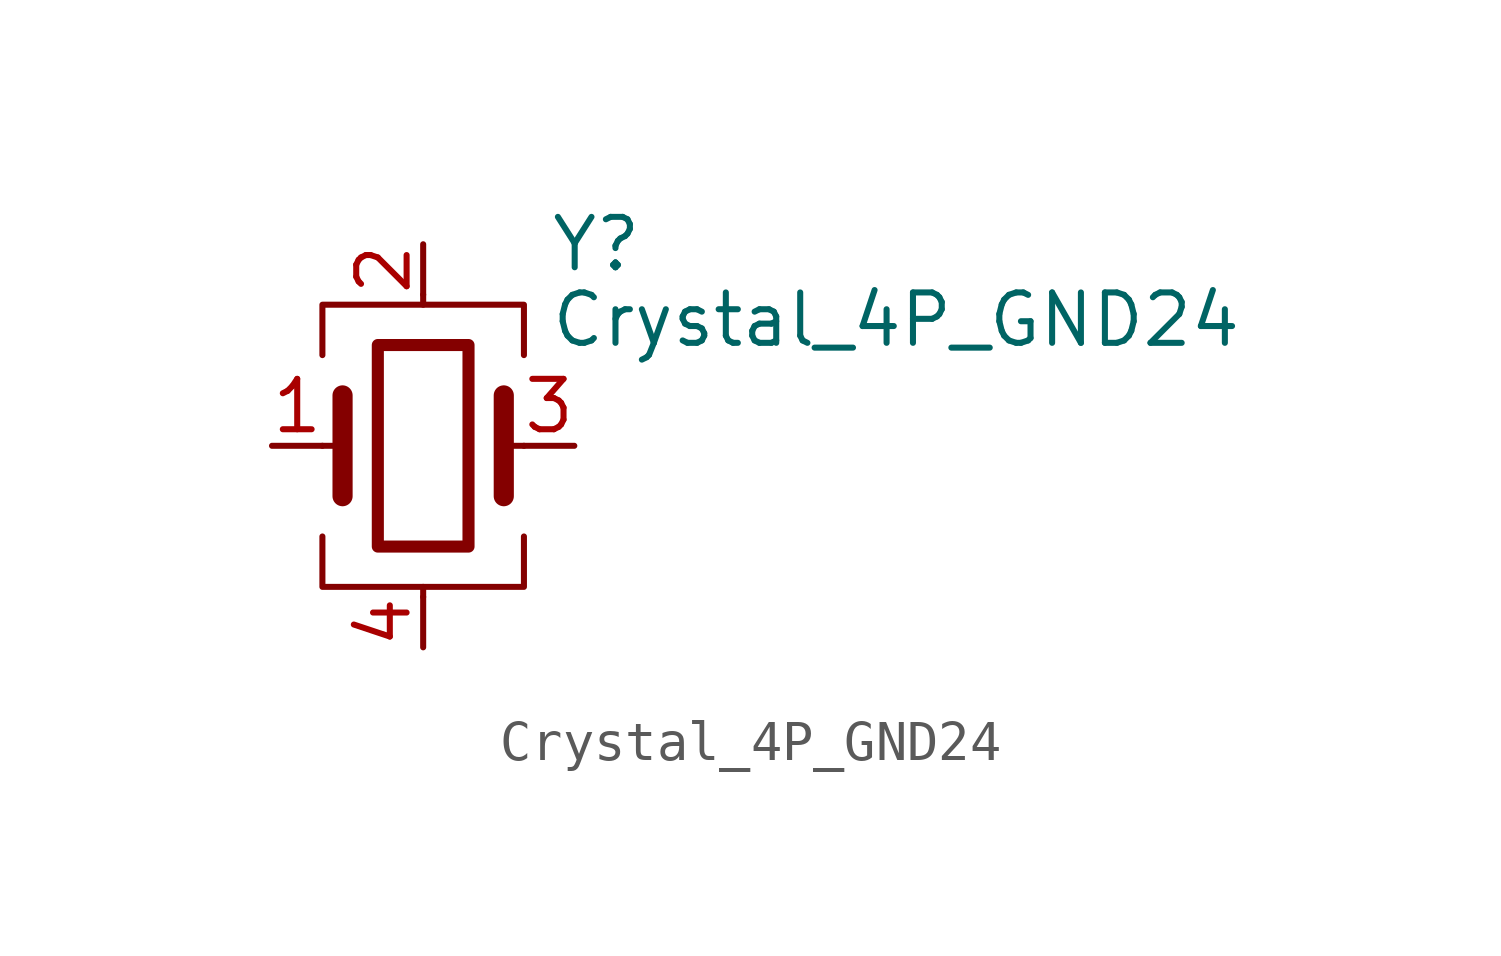
<source format=kicad_sym>
(kicad_symbol_lib
  (version 20241209)
  (generator "kicad_symbol_editor")
  (generator_version "9.0")
  (symbol "Crystal_4P_GND24"
    (pin_names
      (offset 1.016)
      (hide yes))
    (property "Reference" "Y"
      (at 3.175 5.08 0)
      (effects (font (size 1.27 1.27)) (justify left)))
    (property "Value" "Crystal_4P_GND24"
      (at 3.175 3.175 0)
      (effects (font (size 1.27 1.27)) (justify left)))
    (symbol "Crystal_4P_GND24_0_1"
      (polyline (pts (xy -2.54 2.286) (xy -2.54 3.556) (xy 2.54 3.556) (xy 2.54 2.286)) (stroke (width 0) (type default)) (fill (type none)))
      (polyline (pts (xy -2.54 0) (xy -2.032 0)) (stroke (width 0) (type default)) (fill (type none)))
      (polyline (pts (xy -2.54 -2.286) (xy -2.54 -3.556) (xy 2.54 -3.556) (xy 2.54 -2.286)) (stroke (width 0) (type default)) (fill (type none)))
      (polyline (pts (xy -2.032 -1.27) (xy -2.032 1.27)) (stroke (width 0.508) (type default)) (fill (type none)))
      (rectangle (start -1.143 2.54) (end 1.143 -2.54) (stroke (width 0.305) (type default)) (fill (type none)))
      (polyline (pts (xy 0 3.556) (xy 0 3.81)) (stroke (width 0) (type default)) (fill (type none)))
      (polyline (pts (xy 0 -3.81) (xy 0 -3.556)) (stroke (width 0) (type default)) (fill (type none)))
      (polyline (pts (xy 2.032 0) (xy 2.54 0)) (stroke (width 0) (type default)) (fill (type none)))
      (polyline (pts (xy 2.032 -1.27) (xy 2.032 1.27)) (stroke (width 0.508) (type default)) (fill (type none))))
    (symbol "Crystal_4P_GND24_1_1"
      (pin passive line (at -3.81 0 0) (length 1.27) (name "1" (effects (font (size 1.27 1.27)))) (number "1" (effects (font (size 1.27 1.27)))))
      (pin passive line (at 0 5.08 270) (length 1.27) (name "2" (effects (font (size 1.27 1.27)))) (number "2" (effects (font (size 1.27 1.27)))))
      (pin passive line (at 0 -5.08 90) (length 1.27) (name "4" (effects (font (size 1.27 1.27)))) (number "4" (effects (font (size 1.27 1.27)))))
      (pin passive line (at 3.81 0 180) (length 1.27) (name "3" (effects (font (size 1.27 1.27)))) (number "3" (effects (font (size 1.27 1.27))))))))
</source>
